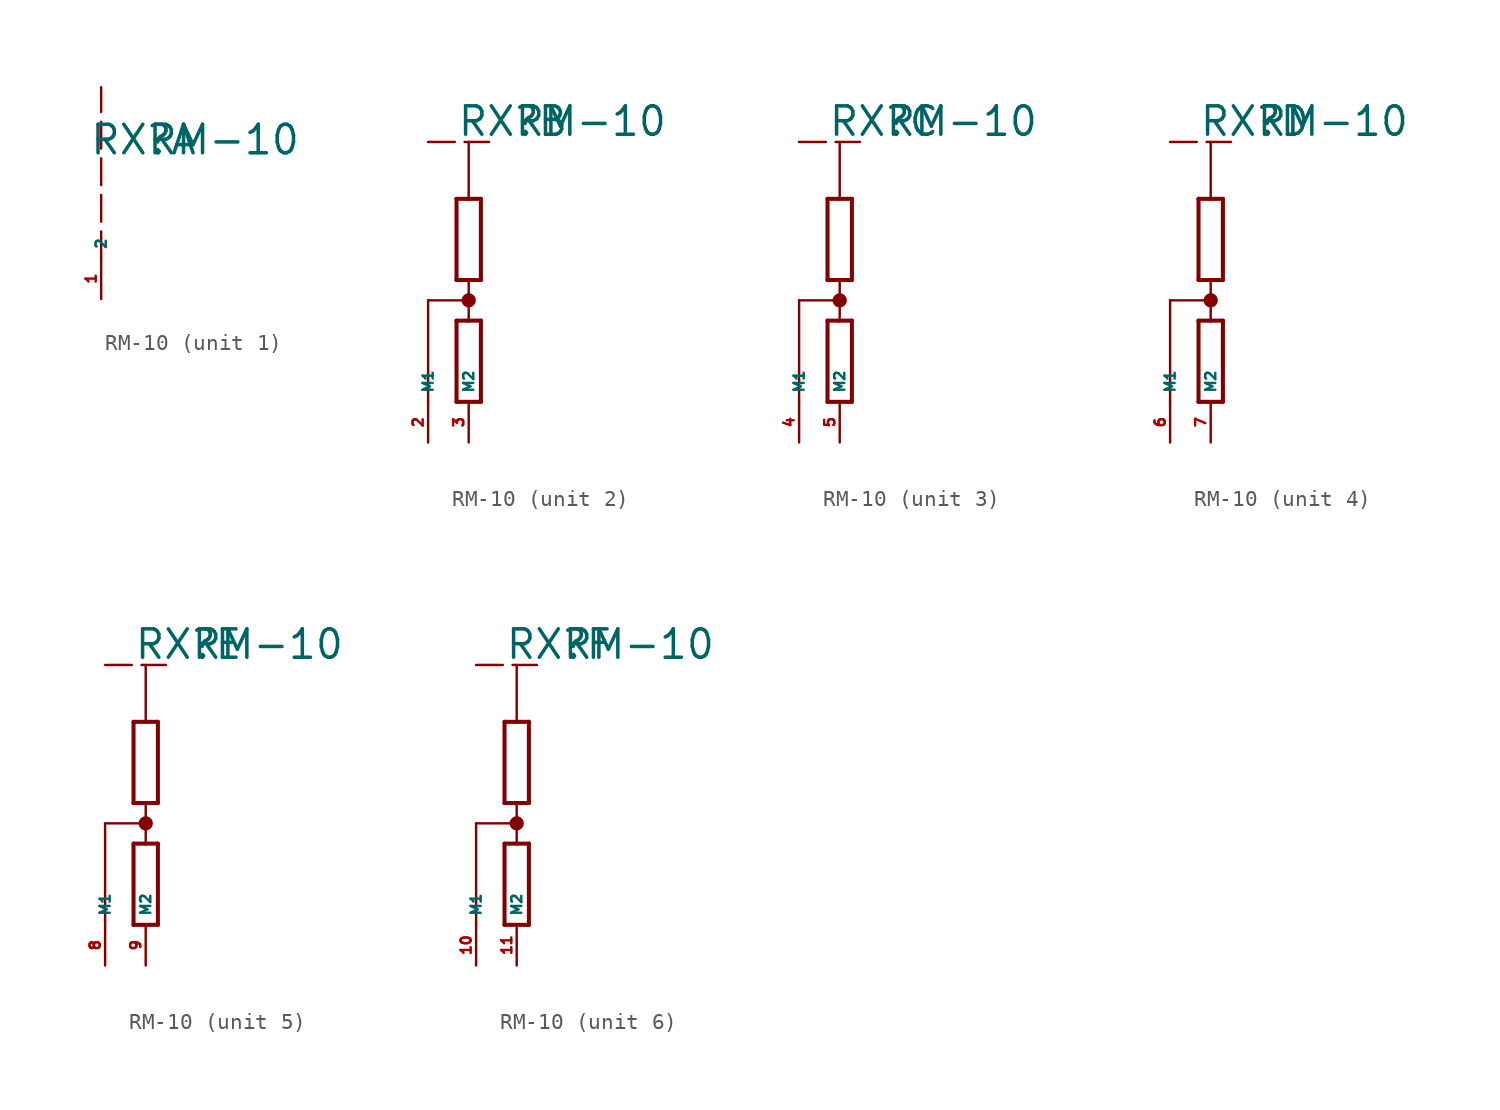
<source format=kicad_sym>
(kicad_symbol_lib
  (version 20220914)
  (generator Eagle2Kicad)
  (symbol "RM-10"
    (property "Reference" "RX"
      (at -0.762 3.81 0)
      (effects (font (size 1.778 1.778) (thickness 0.22)) (justify left bottom)))
    (property "Value" "RM-10"
      (at 2.794 3.81 0)
      (effects (font (size 1.778 1.778) (thickness 0.22)) (justify left bottom)))
    (symbol "RM-10_1_0"
      (polyline (pts (xy 0 -2.54) (xy 0 8.128)) (stroke (width 0.152) (type dash)) (fill (type none)))
      (pin passive line (at 0 -5.08 90) (length 2.54) (name "2" (effects (font (size 0.635 0.635) (thickness 0.08)) (justify left bottom))) (number "1" (effects (font (size 0.635 0.635) (thickness 0.08)) (justify left bottom)))))
    (symbol "RM-10_2_0"
      (polyline (pts (xy 0.762 -5.08) (xy 0.762 0)) (stroke (width 0.254) (type default)) (fill (type none)))
      (polyline (pts (xy -0.762 0) (xy -0.762 -5.08)) (stroke (width 0.254) (type default)) (fill (type none)))
      (polyline (pts (xy 0.762 0) (xy 0 0)) (stroke (width 0.254) (type default)) (fill (type none)))
      (polyline (pts (xy 0 0) (xy -0.762 0)) (stroke (width 0.254) (type default)) (fill (type none)))
      (polyline (pts (xy -0.762 -5.08) (xy 0 -5.08)) (stroke (width 0.254) (type default)) (fill (type none)))
      (polyline (pts (xy 0 -5.08) (xy 0.762 -5.08)) (stroke (width 0.254) (type default)) (fill (type none)))
      (polyline (pts (xy 0.762 -12.7) (xy 0.762 -7.62)) (stroke (width 0.254) (type default)) (fill (type none)))
      (polyline (pts (xy -0.762 -7.62) (xy -0.762 -12.7)) (stroke (width 0.254) (type default)) (fill (type none)))
      (polyline (pts (xy 0.762 -7.62) (xy 0 -7.62)) (stroke (width 0.254) (type default)) (fill (type none)))
      (polyline (pts (xy 0 -7.62) (xy -0.762 -7.62)) (stroke (width 0.254) (type default)) (fill (type none)))
      (polyline (pts (xy -0.762 -12.7) (xy 0.762 -12.7)) (stroke (width 0.254) (type default)) (fill (type none)))
      (polyline (pts (xy 0 -5.08) (xy 0 -6.35)) (stroke (width 0.152) (type default)) (fill (type none)))
      (polyline (pts (xy 0 -6.35) (xy 0 -7.62)) (stroke (width 0.152) (type default)) (fill (type none)))
      (polyline (pts (xy 0 0) (xy 0 3.556)) (stroke (width 0.152) (type default)) (fill (type none)))
      (polyline (pts (xy 0 -6.35) (xy -2.54 -6.35)) (stroke (width 0.152) (type default)) (fill (type none)))
      (polyline (pts (xy -2.54 -6.35) (xy -2.54 -12.7)) (stroke (width 0.152) (type default)) (fill (type none)))
      (polyline (pts (xy -2.54 3.556) (xy 1.27 3.556)) (stroke (width 0.152) (type dash)) (fill (type none)))
      (circle (center 0 -6.35) (radius 0.254) (stroke (width 0.381) (type default)) (fill (type none)))
      (pin passive line (at -2.54 -15.24 90) (length 2.54) (name "M1" (effects (font (size 0.635 0.635) (thickness 0.08)) (justify left bottom))) (number "2" (effects (font (size 0.635 0.635) (thickness 0.08)) (justify left bottom))))
      (pin passive line (at 0 -15.24 90) (length 2.54) (name "M2" (effects (font (size 0.635 0.635) (thickness 0.08)) (justify left bottom))) (number "3" (effects (font (size 0.635 0.635) (thickness 0.08)) (justify left bottom)))))
    (symbol "RM-10_3_0"
      (polyline (pts (xy 0.762 -5.08) (xy 0.762 0)) (stroke (width 0.254) (type default)) (fill (type none)))
      (polyline (pts (xy -0.762 0) (xy -0.762 -5.08)) (stroke (width 0.254) (type default)) (fill (type none)))
      (polyline (pts (xy 0.762 0) (xy 0 0)) (stroke (width 0.254) (type default)) (fill (type none)))
      (polyline (pts (xy 0 0) (xy -0.762 0)) (stroke (width 0.254) (type default)) (fill (type none)))
      (polyline (pts (xy -0.762 -5.08) (xy 0 -5.08)) (stroke (width 0.254) (type default)) (fill (type none)))
      (polyline (pts (xy 0 -5.08) (xy 0.762 -5.08)) (stroke (width 0.254) (type default)) (fill (type none)))
      (polyline (pts (xy 0.762 -12.7) (xy 0.762 -7.62)) (stroke (width 0.254) (type default)) (fill (type none)))
      (polyline (pts (xy -0.762 -7.62) (xy -0.762 -12.7)) (stroke (width 0.254) (type default)) (fill (type none)))
      (polyline (pts (xy 0.762 -7.62) (xy 0 -7.62)) (stroke (width 0.254) (type default)) (fill (type none)))
      (polyline (pts (xy 0 -7.62) (xy -0.762 -7.62)) (stroke (width 0.254) (type default)) (fill (type none)))
      (polyline (pts (xy -0.762 -12.7) (xy 0.762 -12.7)) (stroke (width 0.254) (type default)) (fill (type none)))
      (polyline (pts (xy 0 -5.08) (xy 0 -6.35)) (stroke (width 0.152) (type default)) (fill (type none)))
      (polyline (pts (xy 0 -6.35) (xy 0 -7.62)) (stroke (width 0.152) (type default)) (fill (type none)))
      (polyline (pts (xy 0 0) (xy 0 3.556)) (stroke (width 0.152) (type default)) (fill (type none)))
      (polyline (pts (xy 0 -6.35) (xy -2.54 -6.35)) (stroke (width 0.152) (type default)) (fill (type none)))
      (polyline (pts (xy -2.54 -6.35) (xy -2.54 -12.7)) (stroke (width 0.152) (type default)) (fill (type none)))
      (polyline (pts (xy -2.54 3.556) (xy 1.27 3.556)) (stroke (width 0.152) (type dash)) (fill (type none)))
      (circle (center 0 -6.35) (radius 0.254) (stroke (width 0.381) (type default)) (fill (type none)))
      (pin passive line (at -2.54 -15.24 90) (length 2.54) (name "M1" (effects (font (size 0.635 0.635) (thickness 0.08)) (justify left bottom))) (number "4" (effects (font (size 0.635 0.635) (thickness 0.08)) (justify left bottom))))
      (pin passive line (at 0 -15.24 90) (length 2.54) (name "M2" (effects (font (size 0.635 0.635) (thickness 0.08)) (justify left bottom))) (number "5" (effects (font (size 0.635 0.635) (thickness 0.08)) (justify left bottom)))))
    (symbol "RM-10_4_0"
      (polyline (pts (xy 0.762 -5.08) (xy 0.762 0)) (stroke (width 0.254) (type default)) (fill (type none)))
      (polyline (pts (xy -0.762 0) (xy -0.762 -5.08)) (stroke (width 0.254) (type default)) (fill (type none)))
      (polyline (pts (xy 0.762 0) (xy 0 0)) (stroke (width 0.254) (type default)) (fill (type none)))
      (polyline (pts (xy 0 0) (xy -0.762 0)) (stroke (width 0.254) (type default)) (fill (type none)))
      (polyline (pts (xy -0.762 -5.08) (xy 0 -5.08)) (stroke (width 0.254) (type default)) (fill (type none)))
      (polyline (pts (xy 0 -5.08) (xy 0.762 -5.08)) (stroke (width 0.254) (type default)) (fill (type none)))
      (polyline (pts (xy 0.762 -12.7) (xy 0.762 -7.62)) (stroke (width 0.254) (type default)) (fill (type none)))
      (polyline (pts (xy -0.762 -7.62) (xy -0.762 -12.7)) (stroke (width 0.254) (type default)) (fill (type none)))
      (polyline (pts (xy 0.762 -7.62) (xy 0 -7.62)) (stroke (width 0.254) (type default)) (fill (type none)))
      (polyline (pts (xy 0 -7.62) (xy -0.762 -7.62)) (stroke (width 0.254) (type default)) (fill (type none)))
      (polyline (pts (xy -0.762 -12.7) (xy 0.762 -12.7)) (stroke (width 0.254) (type default)) (fill (type none)))
      (polyline (pts (xy 0 -5.08) (xy 0 -6.35)) (stroke (width 0.152) (type default)) (fill (type none)))
      (polyline (pts (xy 0 -6.35) (xy 0 -7.62)) (stroke (width 0.152) (type default)) (fill (type none)))
      (polyline (pts (xy 0 0) (xy 0 3.556)) (stroke (width 0.152) (type default)) (fill (type none)))
      (polyline (pts (xy 0 -6.35) (xy -2.54 -6.35)) (stroke (width 0.152) (type default)) (fill (type none)))
      (polyline (pts (xy -2.54 -6.35) (xy -2.54 -12.7)) (stroke (width 0.152) (type default)) (fill (type none)))
      (polyline (pts (xy -2.54 3.556) (xy 1.27 3.556)) (stroke (width 0.152) (type dash)) (fill (type none)))
      (circle (center 0 -6.35) (radius 0.254) (stroke (width 0.381) (type default)) (fill (type none)))
      (pin passive line (at -2.54 -15.24 90) (length 2.54) (name "M1" (effects (font (size 0.635 0.635) (thickness 0.08)) (justify left bottom))) (number "6" (effects (font (size 0.635 0.635) (thickness 0.08)) (justify left bottom))))
      (pin passive line (at 0 -15.24 90) (length 2.54) (name "M2" (effects (font (size 0.635 0.635) (thickness 0.08)) (justify left bottom))) (number "7" (effects (font (size 0.635 0.635) (thickness 0.08)) (justify left bottom)))))
    (symbol "RM-10_5_0"
      (polyline (pts (xy 0.762 -5.08) (xy 0.762 0)) (stroke (width 0.254) (type default)) (fill (type none)))
      (polyline (pts (xy -0.762 0) (xy -0.762 -5.08)) (stroke (width 0.254) (type default)) (fill (type none)))
      (polyline (pts (xy 0.762 0) (xy 0 0)) (stroke (width 0.254) (type default)) (fill (type none)))
      (polyline (pts (xy 0 0) (xy -0.762 0)) (stroke (width 0.254) (type default)) (fill (type none)))
      (polyline (pts (xy -0.762 -5.08) (xy 0 -5.08)) (stroke (width 0.254) (type default)) (fill (type none)))
      (polyline (pts (xy 0 -5.08) (xy 0.762 -5.08)) (stroke (width 0.254) (type default)) (fill (type none)))
      (polyline (pts (xy 0.762 -12.7) (xy 0.762 -7.62)) (stroke (width 0.254) (type default)) (fill (type none)))
      (polyline (pts (xy -0.762 -7.62) (xy -0.762 -12.7)) (stroke (width 0.254) (type default)) (fill (type none)))
      (polyline (pts (xy 0.762 -7.62) (xy 0 -7.62)) (stroke (width 0.254) (type default)) (fill (type none)))
      (polyline (pts (xy 0 -7.62) (xy -0.762 -7.62)) (stroke (width 0.254) (type default)) (fill (type none)))
      (polyline (pts (xy -0.762 -12.7) (xy 0.762 -12.7)) (stroke (width 0.254) (type default)) (fill (type none)))
      (polyline (pts (xy 0 -5.08) (xy 0 -6.35)) (stroke (width 0.152) (type default)) (fill (type none)))
      (polyline (pts (xy 0 -6.35) (xy 0 -7.62)) (stroke (width 0.152) (type default)) (fill (type none)))
      (polyline (pts (xy 0 0) (xy 0 3.556)) (stroke (width 0.152) (type default)) (fill (type none)))
      (polyline (pts (xy 0 -6.35) (xy -2.54 -6.35)) (stroke (width 0.152) (type default)) (fill (type none)))
      (polyline (pts (xy -2.54 -6.35) (xy -2.54 -12.7)) (stroke (width 0.152) (type default)) (fill (type none)))
      (polyline (pts (xy -2.54 3.556) (xy 1.27 3.556)) (stroke (width 0.152) (type dash)) (fill (type none)))
      (circle (center 0 -6.35) (radius 0.254) (stroke (width 0.381) (type default)) (fill (type none)))
      (pin passive line (at -2.54 -15.24 90) (length 2.54) (name "M1" (effects (font (size 0.635 0.635) (thickness 0.08)) (justify left bottom))) (number "8" (effects (font (size 0.635 0.635) (thickness 0.08)) (justify left bottom))))
      (pin passive line (at 0 -15.24 90) (length 2.54) (name "M2" (effects (font (size 0.635 0.635) (thickness 0.08)) (justify left bottom))) (number "9" (effects (font (size 0.635 0.635) (thickness 0.08)) (justify left bottom)))))
    (symbol "RM-10_6_0"
      (polyline (pts (xy 0.762 -5.08) (xy 0.762 0)) (stroke (width 0.254) (type default)) (fill (type none)))
      (polyline (pts (xy -0.762 0) (xy -0.762 -5.08)) (stroke (width 0.254) (type default)) (fill (type none)))
      (polyline (pts (xy 0.762 0) (xy 0 0)) (stroke (width 0.254) (type default)) (fill (type none)))
      (polyline (pts (xy 0 0) (xy -0.762 0)) (stroke (width 0.254) (type default)) (fill (type none)))
      (polyline (pts (xy -0.762 -5.08) (xy 0 -5.08)) (stroke (width 0.254) (type default)) (fill (type none)))
      (polyline (pts (xy 0 -5.08) (xy 0.762 -5.08)) (stroke (width 0.254) (type default)) (fill (type none)))
      (polyline (pts (xy 0.762 -12.7) (xy 0.762 -7.62)) (stroke (width 0.254) (type default)) (fill (type none)))
      (polyline (pts (xy -0.762 -7.62) (xy -0.762 -12.7)) (stroke (width 0.254) (type default)) (fill (type none)))
      (polyline (pts (xy 0.762 -7.62) (xy 0 -7.62)) (stroke (width 0.254) (type default)) (fill (type none)))
      (polyline (pts (xy 0 -7.62) (xy -0.762 -7.62)) (stroke (width 0.254) (type default)) (fill (type none)))
      (polyline (pts (xy -0.762 -12.7) (xy 0.762 -12.7)) (stroke (width 0.254) (type default)) (fill (type none)))
      (polyline (pts (xy 0 -5.08) (xy 0 -6.35)) (stroke (width 0.152) (type default)) (fill (type none)))
      (polyline (pts (xy 0 -6.35) (xy 0 -7.62)) (stroke (width 0.152) (type default)) (fill (type none)))
      (polyline (pts (xy 0 0) (xy 0 3.556)) (stroke (width 0.152) (type default)) (fill (type none)))
      (polyline (pts (xy 0 -6.35) (xy -2.54 -6.35)) (stroke (width 0.152) (type default)) (fill (type none)))
      (polyline (pts (xy -2.54 -6.35) (xy -2.54 -12.7)) (stroke (width 0.152) (type default)) (fill (type none)))
      (polyline (pts (xy -2.54 3.556) (xy 1.27 3.556)) (stroke (width 0.152) (type dash)) (fill (type none)))
      (circle (center 0 -6.35) (radius 0.254) (stroke (width 0.381) (type default)) (fill (type none)))
      (pin passive line (at -2.54 -15.24 90) (length 2.54) (name "M1" (effects (font (size 0.635 0.635) (thickness 0.08)) (justify left bottom))) (number "10" (effects (font (size 0.635 0.635) (thickness 0.08)) (justify left bottom))))
      (pin passive line (at 0 -15.24 90) (length 2.54) (name "M2" (effects (font (size 0.635 0.635) (thickness 0.08)) (justify left bottom))) (number "11" (effects (font (size 0.635 0.635) (thickness 0.08)) (justify left bottom)))))))
</source>
